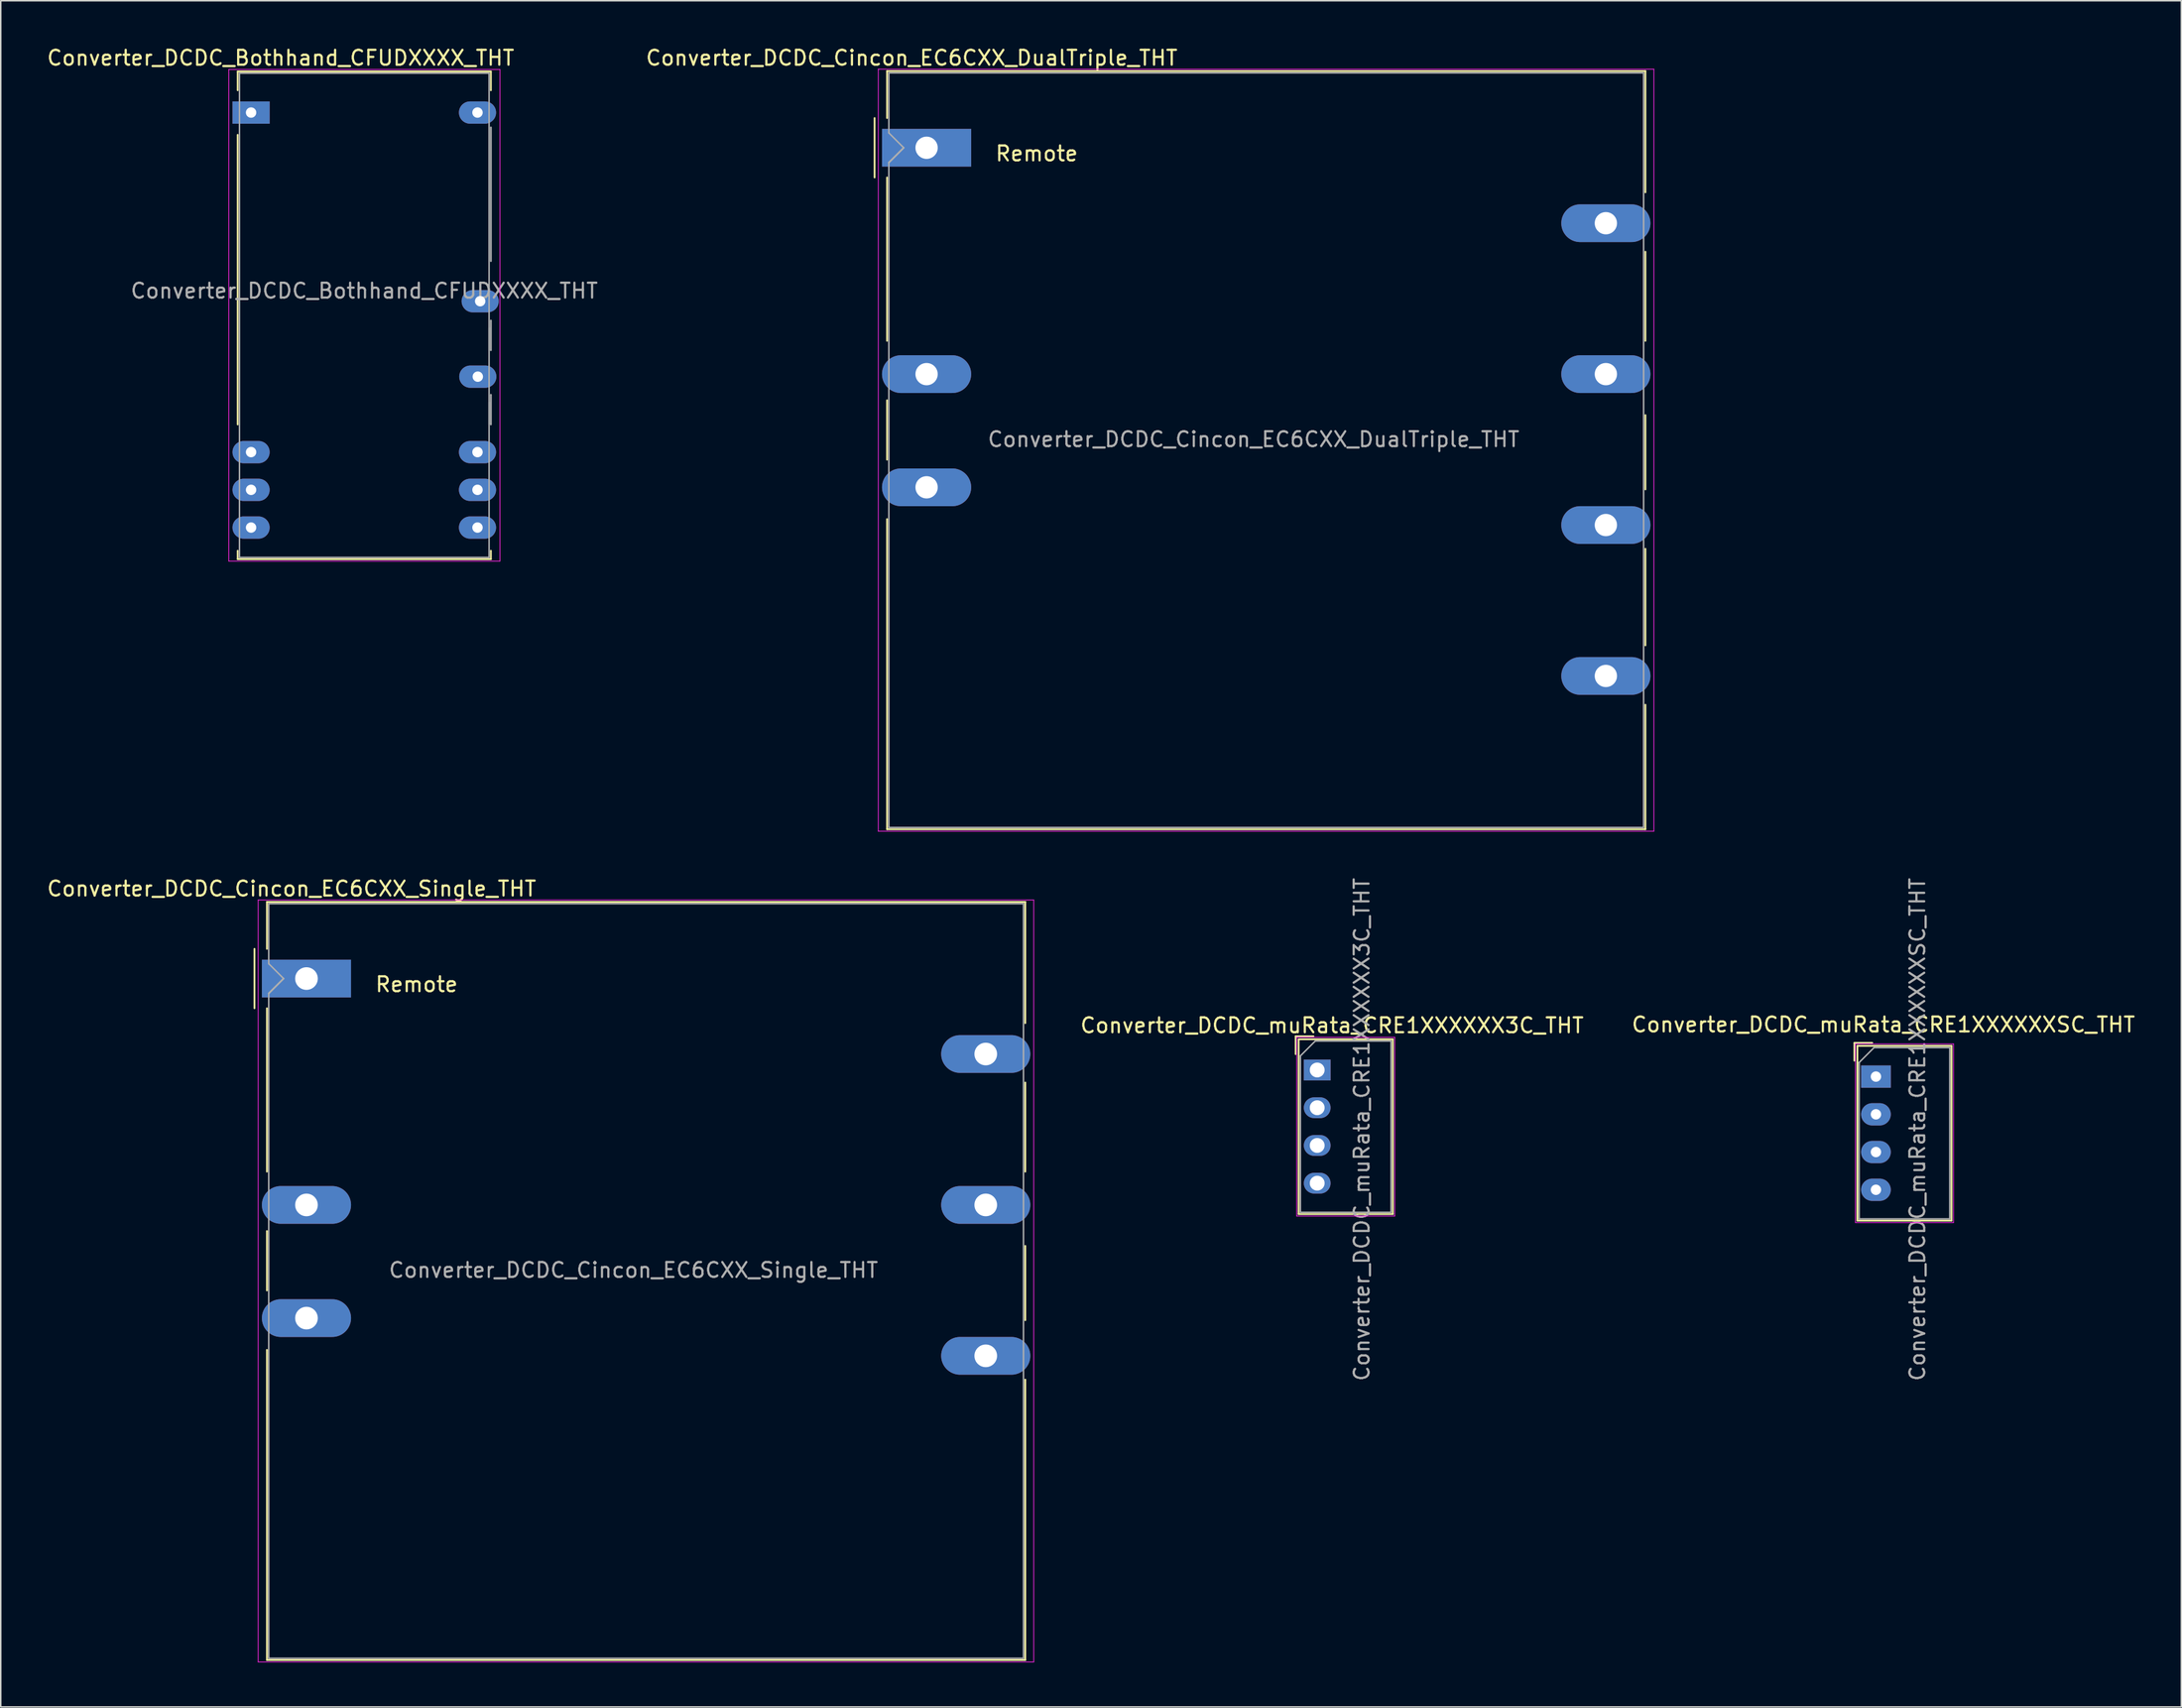
<source format=kicad_pcb>
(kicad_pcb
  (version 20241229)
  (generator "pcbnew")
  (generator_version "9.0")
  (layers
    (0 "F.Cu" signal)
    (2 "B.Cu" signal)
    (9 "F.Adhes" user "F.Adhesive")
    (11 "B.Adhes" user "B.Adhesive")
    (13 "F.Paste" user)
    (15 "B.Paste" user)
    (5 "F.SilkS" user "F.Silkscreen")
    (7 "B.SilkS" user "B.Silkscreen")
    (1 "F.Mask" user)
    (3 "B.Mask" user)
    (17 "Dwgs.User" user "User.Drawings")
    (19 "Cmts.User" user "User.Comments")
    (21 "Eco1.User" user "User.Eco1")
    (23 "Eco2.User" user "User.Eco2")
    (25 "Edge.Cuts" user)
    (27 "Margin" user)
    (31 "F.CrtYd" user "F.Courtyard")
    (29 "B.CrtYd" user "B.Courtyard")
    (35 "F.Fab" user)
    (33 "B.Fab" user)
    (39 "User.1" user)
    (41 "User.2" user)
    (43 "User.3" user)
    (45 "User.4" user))
  (footprint "Converter_DCDC_Cincon_EC6CXX_DualTriple_THT"
    (layer "F.Cu")
    (at 59.315 6.898)
    (property "Reference" "Converter_DCDC_Cincon_EC6CXX_DualTriple_THT" (at -1 -6.05 0) (layer "F.SilkS") (effects (font (size 1 1) (thickness 0.15))))
    (attr through_hole)
    (fp_line (start -3.5 -2) (end -3.5 2) (stroke (width 0.12) (type solid)) (layer "F.SilkS"))
    (fp_line (start -2.66 -5.16) (end 48.38 -5.16) (stroke (width 0.12) (type solid)) (layer "F.SilkS"))
    (fp_line (start -2.66 -2) (end -2.66 -5.16) (stroke (width 0.12) (type solid)) (layer "F.SilkS"))
    (fp_line (start -2.66 2) (end -2.66 13) (stroke (width 0.12) (type solid)) (layer "F.SilkS"))
    (fp_line (start -2.66 17) (end -2.66 21) (stroke (width 0.12) (type solid)) (layer "F.SilkS"))
    (fp_line (start -2.66 25) (end -2.66 45.88) (stroke (width 0.12) (type solid)) (layer "F.SilkS"))
    (fp_line (start 48.38 -5.16) (end 48.38 3) (stroke (width 0.12) (type solid)) (layer "F.SilkS"))
    (fp_line (start 48.38 7) (end 48.38 13) (stroke (width 0.12) (type solid)) (layer "F.SilkS"))
    (fp_line (start 48.38 18) (end 48.38 23) (stroke (width 0.12) (type solid)) (layer "F.SilkS"))
    (fp_line (start 48.38 27) (end 48.38 33.5) (stroke (width 0.12) (type solid)) (layer "F.SilkS"))
    (fp_line (start 48.38 45.88) (end -2.66 45.88) (stroke (width 0.12) (type solid)) (layer "F.SilkS"))
    (fp_line (start 48.38 45.88) (end 48.38 37.5) (stroke (width 0.12) (type solid)) (layer "F.SilkS"))
    (fp_line (start -3.25 -5.29) (end -3.25 46.01) (stroke (width 0.05) (type solid)) (layer "F.CrtYd"))
    (fp_line (start -3.25 -5.29) (end 48.95 -5.29) (stroke (width 0.05) (type solid)) (layer "F.CrtYd"))
    (fp_line (start -3.25 46.01) (end 48.95 46.01) (stroke (width 0.05) (type solid)) (layer "F.CrtYd"))
    (fp_line (start 48.95 -5.29) (end 48.95 46.01) (stroke (width 0.05) (type solid)) (layer "F.CrtYd"))
    (fp_line (start -2.54 -5.04) (end 48.26 -5.04) (stroke (width 0.1) (type solid)) (layer "F.Fab"))
    (fp_line (start -2.54 -1) (end -2.54 -5.04) (stroke (width 0.1) (type solid)) (layer "F.Fab"))
    (fp_line (start -2.54 -1) (end -1.54 0) (stroke (width 0.1) (type solid)) (layer "F.Fab"))
    (fp_line (start -2.54 45.76) (end -2.54 1) (stroke (width 0.1) (type solid)) (layer "F.Fab"))
    (fp_line (start -1.54 0) (end -2.54 1) (stroke (width 0.12) (type solid)) (layer "F.Fab"))
    (fp_line (start 48.26 45.76) (end -2.54 45.76) (stroke (width 0.1) (type solid)) (layer "F.Fab"))
    (fp_line (start 48.26 45.76) (end 48.26 -5.04) (stroke (width 0.1) (type solid)) (layer "F.Fab"))
    (fp_text user "Remote" (at 7.414 0.391 0) (layer "F.SilkS") (effects (font (size 1 1) (thickness 0.15))))
    (fp_text user "${REFERENCE}" (at 22.01 19.63 0) (layer "F.Fab") (effects (font (size 1 1) (thickness 0.15))))
    (pad "1" thru_hole rect (at 0 0) (size 5.999 2.54) (drill 1.5) (layers "*.Cu" "*.Mask"))
    (pad "3" thru_hole oval (at 0 15.24) (size 6 2.54) (drill 1.5) (layers "*.Cu" "*.Mask"))
    (pad "4" thru_hole oval (at 0 22.86) (size 6 2.54) (drill 1.5) (layers "*.Cu" "*.Mask"))
    (pad "5" thru_hole oval (at 45.72 5.08) (size 5.999 2.54) (drill 1.5) (layers "*.Cu" "*.Mask"))
    (pad "6" thru_hole oval (at 45.72 15.24) (size 6 2.54) (drill 1.5) (layers "*.Cu" "*.Mask"))
    (pad "7" thru_hole oval (at 45.72 25.4) (size 6 2.54) (drill 1.5) (layers "*.Cu" "*.Mask"))
    (pad "13" thru_hole oval (at 45.72 35.56) (size 6 2.54) (drill 1.5) (layers "*.Cu" "*.Mask")))
  (footprint "Converter_DCDC_Bothhand_CFUDXXXX_THT"
    (layer "F.Cu")
    (at 13.849 4.528)
    (property "Reference" "Converter_DCDC_Bothhand_CFUDXXXX_THT" (at 1.99 -3.68 0) (layer "F.SilkS") (effects (font (size 1 1) (thickness 0.15))))
    (attr through_hole)
    (fp_line (start -0.9 -2.77) (end 16.14 -2.77) (stroke (width 0.12) (type solid)) (layer "F.SilkS"))
    (fp_line (start -0.9 -1.5) (end -0.9 -2.77) (stroke (width 0.12) (type solid)) (layer "F.SilkS"))
    (fp_line (start -0.9 1.5) (end -0.9 21) (stroke (width 0.12) (type solid)) (layer "F.SilkS"))
    (fp_line (start -0.9 29.5) (end -0.9 30.07) (stroke (width 0.12) (type solid)) (layer "F.SilkS"))
    (fp_line (start -0.9 30.07) (end 16.14 30.07) (stroke (width 0.12) (type solid)) (layer "F.SilkS"))
    (fp_line (start 16.14 -2.77) (end 16.14 -1.5) (stroke (width 0.12) (type solid)) (layer "F.SilkS"))
    (fp_line (start 16.14 30.07) (end 16.14 29.5) (stroke (width 0.12) (type solid)) (layer "F.SilkS"))
    (fp_line (start -1.5 -2.9) (end -1.5 30.2) (stroke (width 0.05) (type solid)) (layer "F.CrtYd"))
    (fp_line (start -1.5 -2.9) (end 16.75 -2.9) (stroke (width 0.05) (type solid)) (layer "F.CrtYd"))
    (fp_line (start -1.5 30.2) (end 16.75 30.2) (stroke (width 0.05) (type solid)) (layer "F.CrtYd"))
    (fp_line (start 16.75 -2.9) (end 16.75 30.2) (stroke (width 0.05) (type solid)) (layer "F.CrtYd"))
    (fp_line (start -0.78 -2.65) (end 16.02 -2.65) (stroke (width 0.1) (type solid)) (layer "F.Fab"))
    (fp_line (start -0.78 29.95) (end -0.78 -2.65) (stroke (width 0.1) (type solid)) (layer "F.Fab"))
    (fp_line (start 16.02 -2.65) (end 16.02 29.95) (stroke (width 0.1) (type solid)) (layer "F.Fab"))
    (fp_line (start 16.02 14.5) (end 16.02 16) (stroke (width 0.1) (type solid)) (layer "F.Fab"))
    (fp_line (start 16.02 19.5) (end 16.02 21) (stroke (width 0.1) (type solid)) (layer "F.Fab"))
    (fp_line (start 16.02 29.95) (end -0.78 29.95) (stroke (width 0.1) (type solid)) (layer "F.Fab"))
    (fp_line (start 16.14 1) (end 16.14 10) (stroke (width 0.12) (type solid)) (layer "F.Fab"))
    (fp_line (start 16.14 14) (end 16.14 16) (stroke (width 0.12) (type solid)) (layer "F.Fab"))
    (fp_line (start 16.14 19) (end 16.14 21) (stroke (width 0.12) (type solid)) (layer "F.Fab"))
    (fp_text user "${REFERENCE}" (at 7.62 12 0) (layer "F.Fab") (effects (font (size 1 1) (thickness 0.15))))
    (pad "1" thru_hole rect (at 0 0) (size 2.5 1.5) (drill 0.7) (layers "*.Cu" "*.Mask"))
    (pad "10" thru_hole oval (at 0 22.86) (size 2.5 1.5) (drill 0.7) (layers "*.Cu" "*.Mask"))
    (pad "11" thru_hole oval (at 0 25.4) (size 2.5 1.5) (drill 0.7) (layers "*.Cu" "*.Mask"))
    (pad "12" thru_hole oval (at 0 27.94) (size 2.5 1.5) (drill 0.7) (layers "*.Cu" "*.Mask"))
    (pad "13" thru_hole oval (at 15.24 27.94) (size 2.5 1.5) (drill 0.7) (layers "*.Cu" "*.Mask"))
    (pad "14" thru_hole oval (at 15.24 25.4) (size 2.5 1.5) (drill 0.7) (layers "*.Cu" "*.Mask"))
    (pad "15" thru_hole oval (at 15.24 22.86) (size 2.5 1.5) (drill 0.7) (layers "*.Cu" "*.Mask"))
    (pad "17" thru_hole oval (at 15.26 17.78) (size 2.5 1.5) (drill 0.7) (layers "*.Cu" "*.Mask"))
    (pad "19" thru_hole oval (at 15.42 12.7) (size 2.5 1.5) (drill 0.7) (layers "*.Cu" "*.Mask"))
    (pad "24" thru_hole oval (at 15.24 0) (size 2.5 1.5) (drill 0.7) (layers "*.Cu" "*.Mask")))
  (footprint "Converter_DCDC_Cincon_EC6CXX_Single_THT"
    (layer "F.Cu")
    (at 17.577 62.831)
    (property "Reference" "Converter_DCDC_Cincon_EC6CXX_Single_THT" (at -1 -6.05 0) (layer "F.SilkS") (effects (font (size 1 1) (thickness 0.15))))
    (attr through_hole)
    (fp_line (start -3.5 -2) (end -3.5 2) (stroke (width 0.12) (type solid)) (layer "F.SilkS"))
    (fp_line (start -2.66 -5.16) (end 48.38 -5.16) (stroke (width 0.12) (type solid)) (layer "F.SilkS"))
    (fp_line (start -2.66 -2) (end -2.66 -5.16) (stroke (width 0.12) (type solid)) (layer "F.SilkS"))
    (fp_line (start -2.66 2) (end -2.66 13) (stroke (width 0.12) (type solid)) (layer "F.SilkS"))
    (fp_line (start -2.66 17) (end -2.66 21) (stroke (width 0.12) (type solid)) (layer "F.SilkS"))
    (fp_line (start -2.66 25) (end -2.66 45.88) (stroke (width 0.12) (type solid)) (layer "F.SilkS"))
    (fp_line (start 48.38 -5.16) (end 48.38 3) (stroke (width 0.12) (type solid)) (layer "F.SilkS"))
    (fp_line (start 48.38 7) (end 48.38 13) (stroke (width 0.12) (type solid)) (layer "F.SilkS"))
    (fp_line (start 48.38 18) (end 48.38 23) (stroke (width 0.12) (type solid)) (layer "F.SilkS"))
    (fp_line (start 48.38 27) (end 48.38 45.88) (stroke (width 0.12) (type solid)) (layer "F.SilkS"))
    (fp_line (start 48.38 45.88) (end -2.66 45.88) (stroke (width 0.12) (type solid)) (layer "F.SilkS"))
    (fp_line (start -3.25 -5.29) (end -3.25 46.01) (stroke (width 0.05) (type solid)) (layer "F.CrtYd"))
    (fp_line (start -3.25 -5.29) (end 48.95 -5.29) (stroke (width 0.05) (type solid)) (layer "F.CrtYd"))
    (fp_line (start -3.25 46.01) (end 48.95 46.01) (stroke (width 0.05) (type solid)) (layer "F.CrtYd"))
    (fp_line (start 48.95 -5.29) (end 48.95 46.01) (stroke (width 0.05) (type solid)) (layer "F.CrtYd"))
    (fp_line (start -2.54 -5.04) (end 48.26 -5.04) (stroke (width 0.1) (type solid)) (layer "F.Fab"))
    (fp_line (start -2.54 -1) (end -2.54 -5.04) (stroke (width 0.1) (type solid)) (layer "F.Fab"))
    (fp_line (start -2.54 -1) (end -1.54 0) (stroke (width 0.1) (type solid)) (layer "F.Fab"))
    (fp_line (start -2.54 45.76) (end -2.54 1) (stroke (width 0.1) (type solid)) (layer "F.Fab"))
    (fp_line (start -1.54 0) (end -2.54 1) (stroke (width 0.12) (type solid)) (layer "F.Fab"))
    (fp_line (start 48.26 45.76) (end -2.54 45.76) (stroke (width 0.1) (type solid)) (layer "F.Fab"))
    (fp_line (start 48.26 45.76) (end 48.26 -5.04) (stroke (width 0.1) (type solid)) (layer "F.Fab"))
    (fp_text user "Remote" (at 7.414 0.391 0) (layer "F.SilkS") (effects (font (size 1 1) (thickness 0.15))))
    (fp_text user "${REFERENCE}" (at 22.01 19.63 0) (layer "F.Fab") (effects (font (size 1 1) (thickness 0.15))))
    (pad "1" thru_hole rect (at 0 0) (size 5.999 2.54) (drill 1.524) (layers "*.Cu" "*.Mask"))
    (pad "3" thru_hole oval (at 0 15.24) (size 6 2.54) (drill 1.524) (layers "*.Cu" "*.Mask"))
    (pad "4" thru_hole oval (at 0 22.86) (size 6 2.54) (drill 1.524) (layers "*.Cu" "*.Mask"))
    (pad "5" thru_hole oval (at 45.72 5.08) (size 5.999 2.54) (drill 1.524) (layers "*.Cu" "*.Mask"))
    (pad "6" thru_hole oval (at 45.72 15.24) (size 6 2.54) (drill 1.524) (layers "*.Cu" "*.Mask"))
    (pad "7" thru_hole oval (at 45.72 25.4) (size 6 2.54) (drill 1.524) (layers "*.Cu" "*.Mask")))
  (footprint "Converter_DCDC_muRata_CRE1XXXXXX3C_THT"
    (layer "F.Cu")
    (at 85.606 68.987)
    (property "Reference" "Converter_DCDC_muRata_CRE1XXXXXX3C_THT" (at 1 -3 0) (layer "F.SilkS") (effects (font (size 1 1) (thickness 0.15))))
    (attr through_hole)
    (fp_line (start -1.45 -2.27) (end -1.45 -1.07) (stroke (width 0.12) (type solid)) (layer "F.SilkS"))
    (fp_line (start -1.25 -2.07) (end -1.25 9.7) (stroke (width 0.12) (type solid)) (layer "F.SilkS"))
    (fp_line (start -0.25 -2.27) (end -1.45 -2.27) (stroke (width 0.12) (type solid)) (layer "F.SilkS"))
    (fp_line (start 5.09 -2.07) (end -1.25 -2.07) (stroke (width 0.12) (type solid)) (layer "F.SilkS"))
    (fp_line (start 5.09 -2.07) (end 5.09 9.7) (stroke (width 0.12) (type solid)) (layer "F.SilkS"))
    (fp_line (start 5.09 9.7) (end -1.25 9.7) (stroke (width 0.12) (type solid)) (layer "F.SilkS"))
    (fp_line (start -1.38 -2.2) (end -1.38 9.83) (stroke (width 0.05) (type solid)) (layer "F.CrtYd"))
    (fp_line (start 5.22 -2.2) (end -1.38 -2.2) (stroke (width 0.05) (type solid)) (layer "F.CrtYd"))
    (fp_line (start 5.22 -2.2) (end 5.22 9.83) (stroke (width 0.05) (type solid)) (layer "F.CrtYd"))
    (fp_line (start 5.22 9.83) (end -1.38 9.83) (stroke (width 0.05) (type solid)) (layer "F.CrtYd"))
    (fp_line (start -1.13 -0.95) (end -1.13 9.58) (stroke (width 0.1) (type solid)) (layer "F.Fab"))
    (fp_line (start -1.13 9.58) (end 4.97 9.58) (stroke (width 0.1) (type solid)) (layer "F.Fab"))
    (fp_line (start -0.13 -1.95) (end -1.13 -0.95) (stroke (width 0.1) (type solid)) (layer "F.Fab"))
    (fp_line (start -0.13 -1.95) (end 4.97 -1.95) (stroke (width 0.1) (type solid)) (layer "F.Fab"))
    (fp_line (start 4.97 -1.95) (end 4.97 9.58) (stroke (width 0.1) (type solid)) (layer "F.Fab"))
    (fp_text user "${REFERENCE}" (at 3 4 90) (layer "F.Fab") (effects (font (size 1 1) (thickness 0.15))))
    (pad "1" thru_hole rect (at 0 0 270) (size 1.4 1.8) (drill 1) (layers "*.Cu" "*.Mask"))
    (pad "2" thru_hole oval (at 0 2.54 270) (size 1.4 1.8) (drill 1) (layers "*.Cu" "*.Mask"))
    (pad "3" thru_hole oval (at 0 5.08 270) (size 1.4 1.8) (drill 1) (layers "*.Cu" "*.Mask"))
    (pad "4" thru_hole oval (at 0 7.62 270) (size 1.4 1.8) (drill 1) (layers "*.Cu" "*.Mask")))
  (footprint "Converter_DCDC_muRata_CRE1XXXXXXSC_THT"
    (layer "F.Cu")
    (at 123.213 69.431)
    (property "Reference" "Converter_DCDC_muRata_CRE1XXXXXXSC_THT" (at 0.5 -3.5 180) (layer "F.SilkS") (effects (font (size 1 1) (thickness 0.15))))
    (attr through_hole)
    (fp_line (start -1.45 -2.27) (end -1.45 -1.07) (stroke (width 0.12) (type solid)) (layer "F.SilkS"))
    (fp_line (start -1.25 -2.07) (end -1.25 9.7) (stroke (width 0.12) (type solid)) (layer "F.SilkS"))
    (fp_line (start -0.25 -2.27) (end -1.45 -2.27) (stroke (width 0.12) (type solid)) (layer "F.SilkS"))
    (fp_line (start 5.09 -2.07) (end -1.25 -2.07) (stroke (width 0.12) (type solid)) (layer "F.SilkS"))
    (fp_line (start 5.09 -2.07) (end 5.09 9.7) (stroke (width 0.12) (type solid)) (layer "F.SilkS"))
    (fp_line (start 5.09 9.7) (end -1.25 9.7) (stroke (width 0.12) (type solid)) (layer "F.SilkS"))
    (fp_line (start -1.38 -2.2) (end -1.38 9.83) (stroke (width 0.05) (type solid)) (layer "F.CrtYd"))
    (fp_line (start 5.22 -2.2) (end -1.38 -2.2) (stroke (width 0.05) (type solid)) (layer "F.CrtYd"))
    (fp_line (start 5.22 -2.2) (end 5.22 9.83) (stroke (width 0.05) (type solid)) (layer "F.CrtYd"))
    (fp_line (start 5.22 9.83) (end -1.38 9.83) (stroke (width 0.05) (type solid)) (layer "F.CrtYd"))
    (fp_line (start -1.13 -0.95) (end -1.13 9.58) (stroke (width 0.1) (type solid)) (layer "F.Fab"))
    (fp_line (start -1.13 9.58) (end 4.97 9.58) (stroke (width 0.1) (type solid)) (layer "F.Fab"))
    (fp_line (start -0.13 -1.95) (end -1.13 -0.95) (stroke (width 0.1) (type solid)) (layer "F.Fab"))
    (fp_line (start -0.13 -1.95) (end 4.97 -1.95) (stroke (width 0.1) (type solid)) (layer "F.Fab"))
    (fp_line (start 4.97 -1.95) (end 4.97 9.58) (stroke (width 0.1) (type solid)) (layer "F.Fab"))
    (fp_text user "${REFERENCE}" (at 2.794 3.556 270) (layer "F.Fab") (effects (font (size 1 1) (thickness 0.15))))
    (pad "1" thru_hole rect (at 0 0 270) (size 1.5 2) (drill 0.7) (layers "*.Cu" "*.Mask"))
    (pad "2" thru_hole oval (at 0 2.54 270) (size 1.5 2) (drill 0.7) (layers "*.Cu" "*.Mask"))
    (pad "3" thru_hole oval (at 0 5.08 270) (size 1.5 2) (drill 0.7) (layers "*.Cu" "*.Mask"))
    (pad "4" thru_hole oval (at 0 7.62 270) (size 1.5 2) (drill 0.7) (layers "*.Cu" "*.Mask")))
  (gr_rect
    (start -3 -3)
    (end 143.767 111.867)
    (stroke (width 0.1) (type default))
    (fill no)
    (layer "Edge.Cuts")))
</source>
